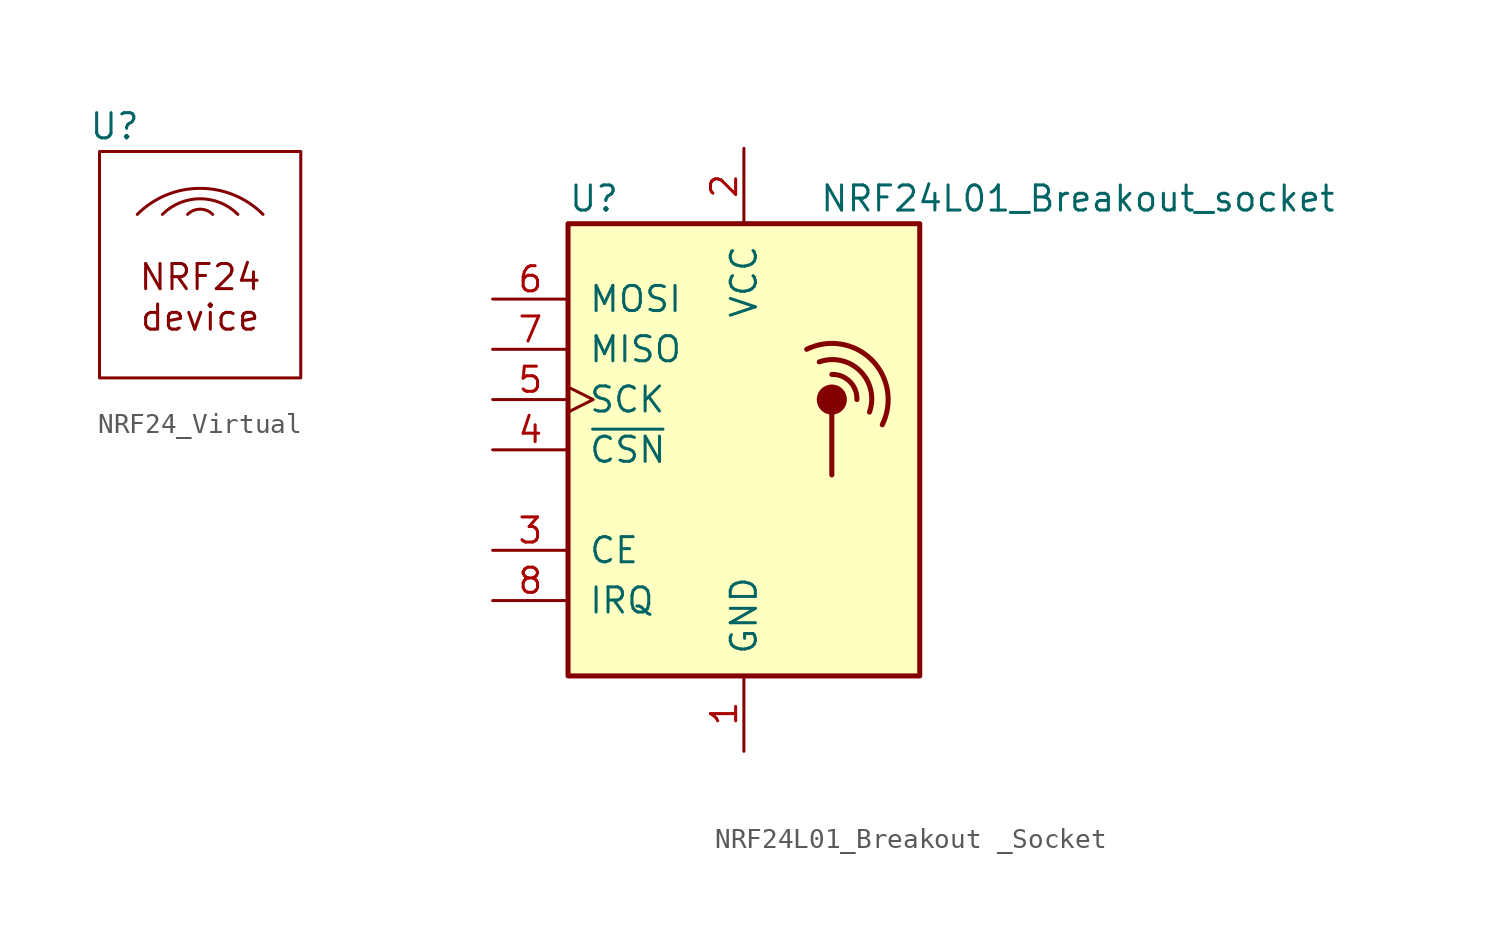
<source format=kicad_sym>
(kicad_symbol_lib
  (version 20231120)
  (generator "kicad_symbol_editor")
  (generator_version "8.0")
  (symbol "NRF24_Virtual"
    (property "Reference" "U"
      (at -4.318 11.43 0)
      (effects (font (size 1.27 1.27))))
    (property "Value" ""
      (at 0 0 0)
      (effects (font (size 1.27 1.27))))
    (symbol "NRF24_Virtual_0_1"
      (rectangle (start -5.08 10.16) (end 5.08 -1.27) (stroke (width 0) (type default)) (fill (type none)))
      (arc (start 0.635 6.985) (mid 0 7.248) (end -0.635 6.985) (stroke (width 0) (type default)) (fill (type none)))
      (arc (start 1.905 6.985) (mid 0 7.7741) (end -1.905 6.985) (stroke (width 0) (type default)) (fill (type none)))
      (arc (start 3.175 6.985) (mid 0 8.3001) (end -3.175 6.985) (stroke (width 0) (type default)) (fill (type none))))
    (symbol "NRF24_Virtual_1_1"
      (text "NRF24\ndevice" (at 0 2.794 0) (effects (font (size 1.27 1.27))))))
  (symbol "NRF24L01_Breakout _Socket"
    (pin_names
      (offset 1.016))
    (property "Reference" "U"
      (at -8.89 12.7 0)
      (effects (font (size 1.27 1.27)) (justify left)))
    (property "Value" "NRF24L01_Breakout_socket"
      (at 3.81 12.7 0)
      (effects (font (size 1.27 1.27)) (justify left)))
    (symbol "NRF24L01_Breakout _Socket_0_1"
      (rectangle (start -8.89 11.43) (end 8.89 -11.43) (stroke (width 0.254) (type default)) (fill (type background)))
      (polyline (pts (xy 4.445 1.905) (xy 4.445 -1.27)) (stroke (width 0.254) (type default)) (fill (type none)))
      (circle (center 4.445 2.54) (radius 0.635) (stroke (width 0.254) (type default)) (fill (type outline)))
      (arc (start 5.715 2.54) (mid 5.3521 3.4546) (end 4.445 3.81) (stroke (width 0.254) (type default)) (fill (type none)))
      (arc (start 6.35 1.905) (mid 5.8763 3.9854) (end 3.81 4.445) (stroke (width 0.254) (type default)) (fill (type none)))
      (arc (start 6.985 1.27) (mid 6.453 4.548) (end 3.175 5.08) (stroke (width 0.254) (type default)) (fill (type none))))
    (symbol "NRF24L01_Breakout _Socket_1_1"
      (pin power_in line (at 0 -15.24 90) (length 3.81) (name "GND" (effects (font (size 1.27 1.27)))) (number "1" (effects (font (size 1.27 1.27)))))
      (pin power_in line (at 0 15.24 270) (length 3.81) (name "VCC" (effects (font (size 1.27 1.27)))) (number "2" (effects (font (size 1.27 1.27)))))
      (pin input line (at -12.7 -5.08 0) (length 3.81) (name "CE" (effects (font (size 1.27 1.27)))) (number "3" (effects (font (size 1.27 1.27)))))
      (pin input line (at -12.7 0 0) (length 3.81) (name "~{CSN}" (effects (font (size 1.27 1.27)))) (number "4" (effects (font (size 1.27 1.27)))))
      (pin input clock (at -12.7 2.54 0) (length 3.81) (name "SCK" (effects (font (size 1.27 1.27)))) (number "5" (effects (font (size 1.27 1.27)))))
      (pin input line (at -12.7 7.62 0) (length 3.81) (name "MOSI" (effects (font (size 1.27 1.27)))) (number "6" (effects (font (size 1.27 1.27)))))
      (pin output line (at -12.7 5.08 0) (length 3.81) (name "MISO" (effects (font (size 1.27 1.27)))) (number "7" (effects (font (size 1.27 1.27)))))
      (pin output line (at -12.7 -7.62 0) (length 3.81) (name "IRQ" (effects (font (size 1.27 1.27)))) (number "8" (effects (font (size 1.27 1.27))))))))
</source>
